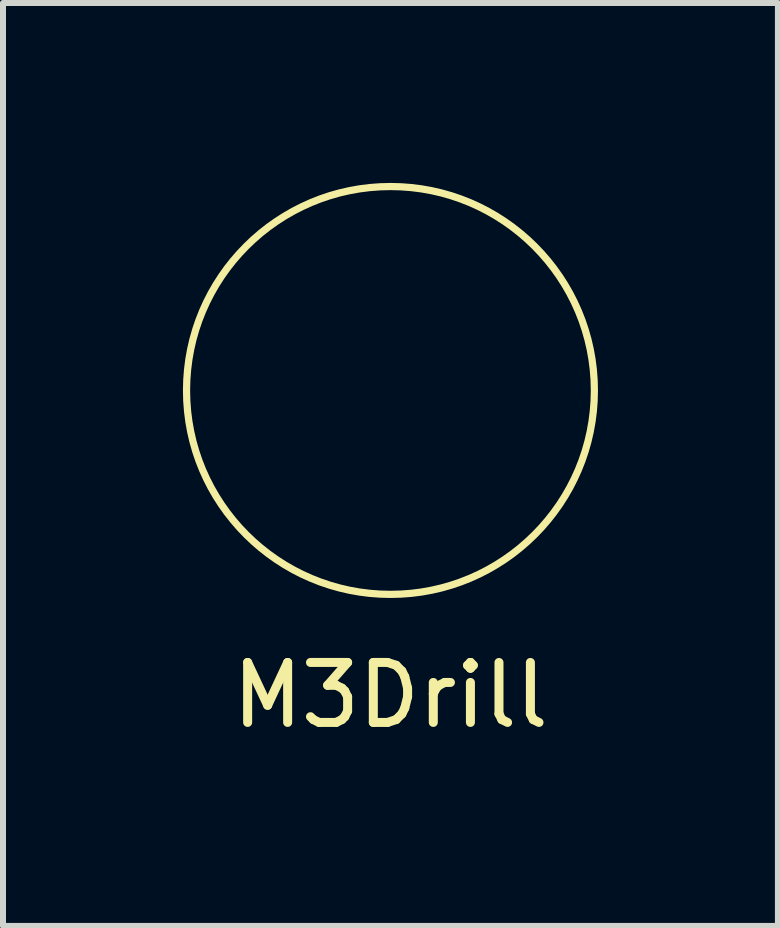
<source format=kicad_pcb>
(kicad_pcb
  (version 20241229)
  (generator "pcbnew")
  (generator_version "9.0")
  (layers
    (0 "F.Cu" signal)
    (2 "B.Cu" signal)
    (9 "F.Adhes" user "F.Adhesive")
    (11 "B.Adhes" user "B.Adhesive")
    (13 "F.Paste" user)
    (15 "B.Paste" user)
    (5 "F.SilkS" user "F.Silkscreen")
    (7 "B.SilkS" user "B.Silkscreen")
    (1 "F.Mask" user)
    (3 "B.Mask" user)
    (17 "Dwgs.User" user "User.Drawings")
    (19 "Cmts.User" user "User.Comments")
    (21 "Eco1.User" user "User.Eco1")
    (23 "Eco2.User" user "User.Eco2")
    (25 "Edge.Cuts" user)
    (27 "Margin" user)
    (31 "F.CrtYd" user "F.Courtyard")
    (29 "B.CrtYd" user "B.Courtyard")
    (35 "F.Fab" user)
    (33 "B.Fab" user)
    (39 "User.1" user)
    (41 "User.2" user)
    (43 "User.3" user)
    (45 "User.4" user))
  (footprint "M3Drill"
    (layer "F.Cu")
    (at 3.46 3.46)
    (property "Reference" "M3Drill" (at 0 5.08 0) (layer "F.SilkS") (effects (font (size 1 1) (thickness 0.15))))
    (attr through_hole)
    (fp_circle (center 0 0) (end 3.4 0) (stroke (width 0.12) (type solid)) (fill no) (layer "F.SilkS")))
  (gr_rect
    (start -3 -3)
    (end 9.92 12.388)
    (stroke (width 0.1) (type default))
    (fill no)
    (layer "Edge.Cuts")))
</source>
